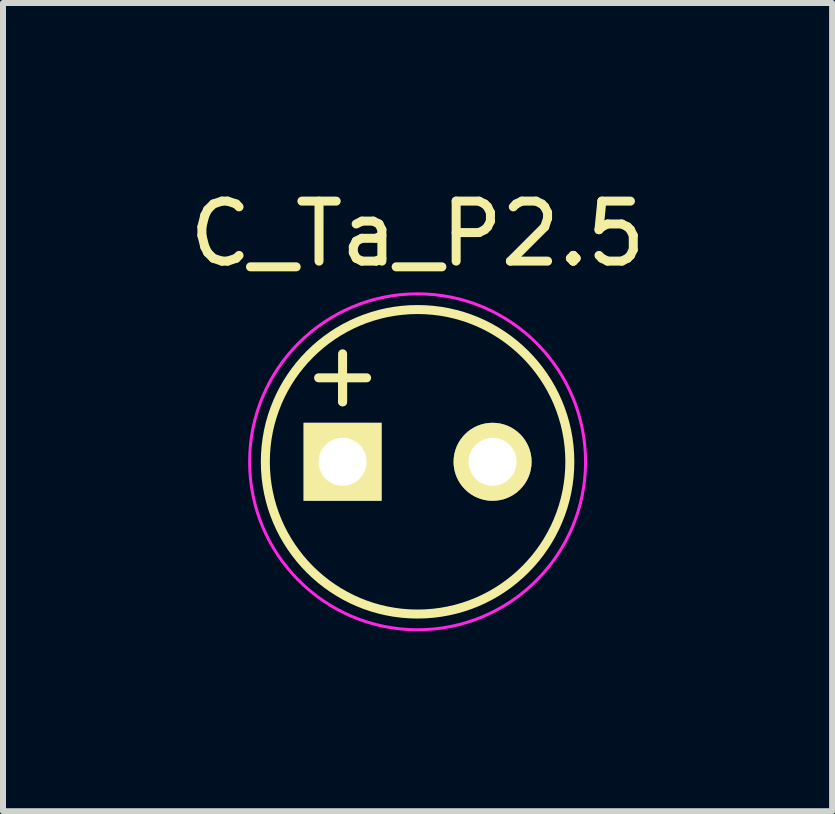
<source format=kicad_pcb>
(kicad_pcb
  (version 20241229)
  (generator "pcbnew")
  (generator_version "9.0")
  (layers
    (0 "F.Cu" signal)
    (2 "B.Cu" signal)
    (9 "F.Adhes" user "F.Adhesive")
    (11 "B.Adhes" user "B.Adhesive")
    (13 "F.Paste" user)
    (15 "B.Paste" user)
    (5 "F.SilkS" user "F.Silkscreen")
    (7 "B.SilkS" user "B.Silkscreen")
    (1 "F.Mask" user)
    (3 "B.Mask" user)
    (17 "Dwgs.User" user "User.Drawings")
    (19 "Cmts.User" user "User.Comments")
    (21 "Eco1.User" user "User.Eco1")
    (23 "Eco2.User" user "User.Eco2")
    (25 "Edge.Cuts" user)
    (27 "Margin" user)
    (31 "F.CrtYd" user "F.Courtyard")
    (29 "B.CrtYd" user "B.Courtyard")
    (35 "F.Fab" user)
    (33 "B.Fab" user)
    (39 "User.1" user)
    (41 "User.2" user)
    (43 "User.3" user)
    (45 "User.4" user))
  (footprint "C_Ta_P2.5"
    (layer "F.Cu")
    (at 2.661 4.648)
    (property "Reference" "C_Ta_P2.5" (at 1.25 -3.8 0) (layer "F.SilkS") (effects (font (size 1 1) (thickness 0.15))))
    (attr through_hole)
    (fp_line (start 0 -1.4) (end -0.4 -1.4) (stroke (width 0.15) (type solid)) (layer "F.SilkS"))
    (fp_line (start 0 -1.4) (end 0 -1.8) (stroke (width 0.15) (type solid)) (layer "F.SilkS"))
    (fp_line (start 0 -1.4) (end 0 -1) (stroke (width 0.15) (type solid)) (layer "F.SilkS"))
    (fp_line (start 0 -1.4) (end 0.4 -1.4) (stroke (width 0.15) (type solid)) (layer "F.SilkS"))
    (fp_line (start 0 -1) (end 0 -1.4) (stroke (width 0.15) (type solid)) (layer "F.SilkS"))
    (fp_circle (center 1.25 0) (end 1.25 -2.538) (stroke (width 0.15) (type solid)) (fill no) (layer "F.SilkS"))
    (fp_circle (center 1.25 0) (end 1.25 -2.8) (stroke (width 0.05) (type solid)) (fill no) (layer "F.CrtYd"))
    (pad "1" thru_hole rect (at 0 0) (size 1.3 1.3) (drill 0.8) (layers "*.Cu" "*.Mask" "F.SilkS"))
    (pad "2" thru_hole circle (at 2.5 0) (size 1.3 1.3) (drill 0.8) (layers "*.Cu" "*.Mask" "F.SilkS")))
  (gr_rect
    (start -3 -3)
    (end 10.821 10.473)
    (stroke (width 0.1) (type default))
    (fill no)
    (layer "Edge.Cuts")))
</source>
